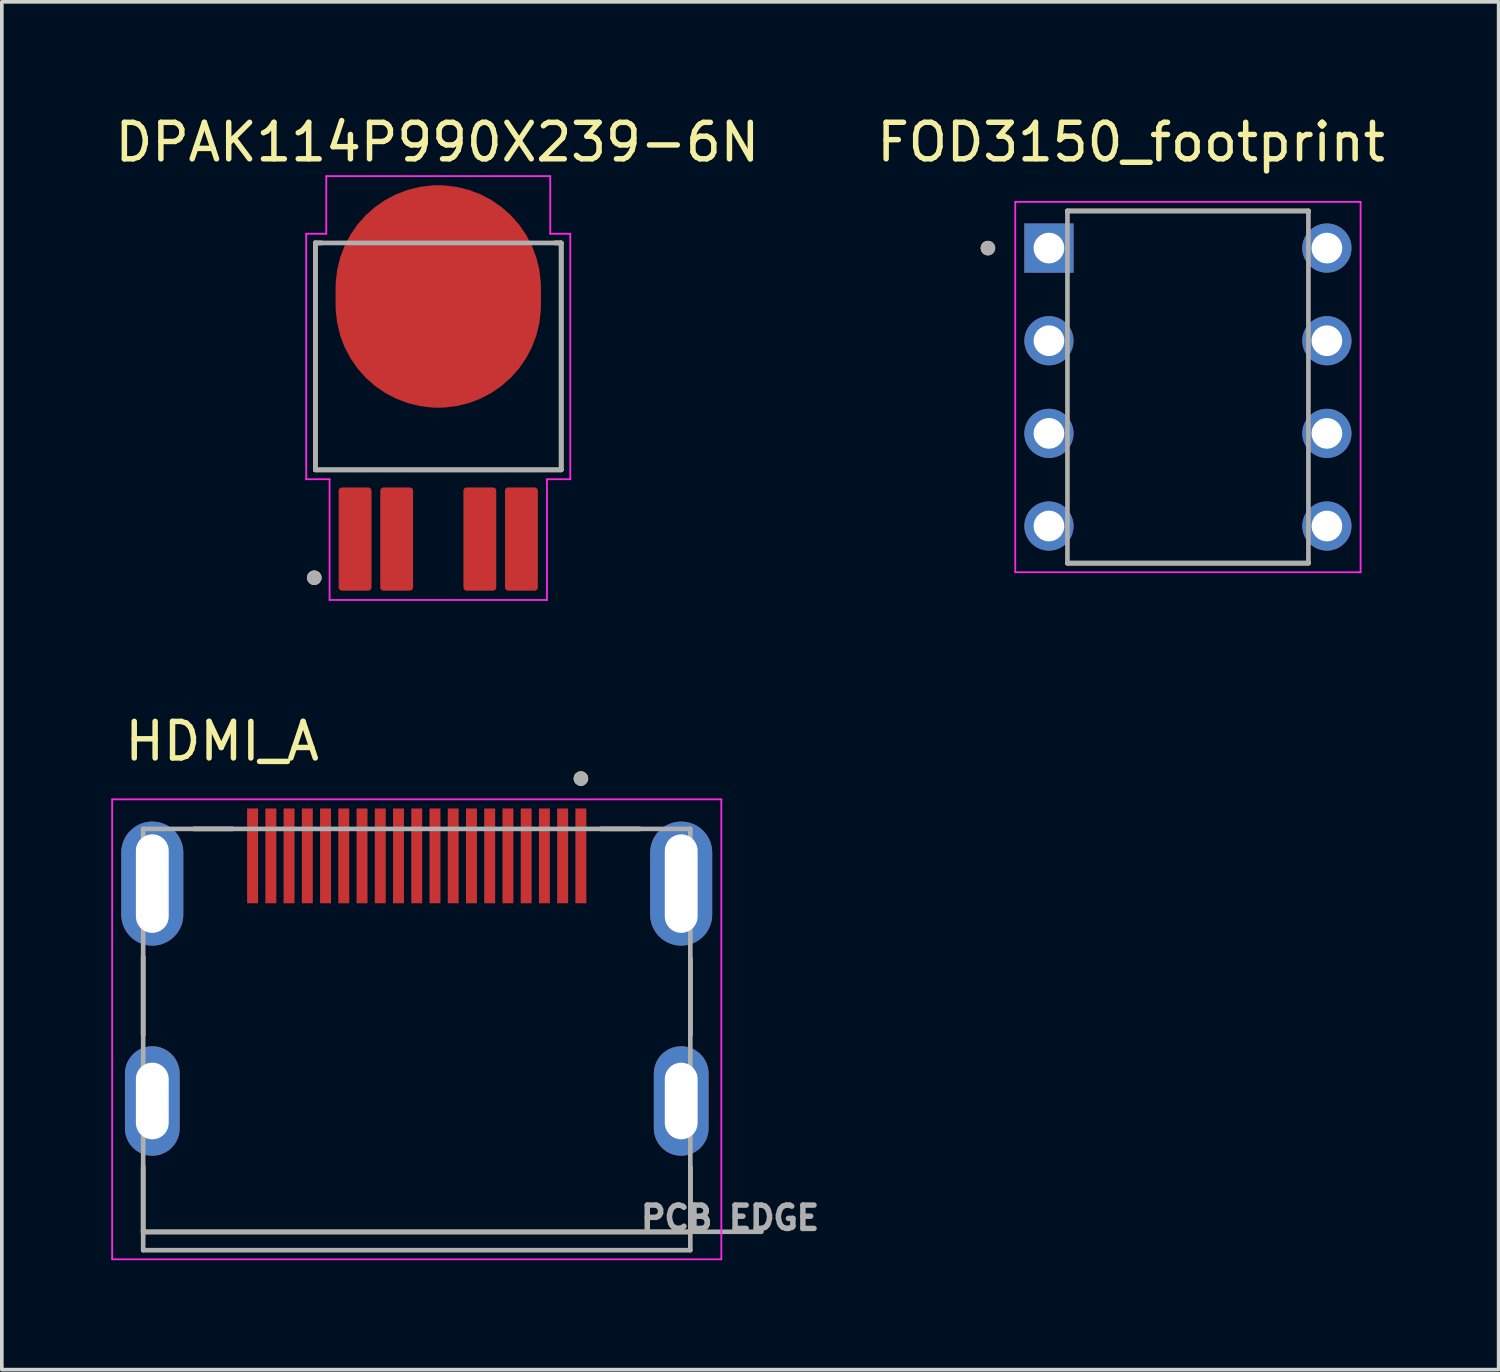
<source format=kicad_pcb>
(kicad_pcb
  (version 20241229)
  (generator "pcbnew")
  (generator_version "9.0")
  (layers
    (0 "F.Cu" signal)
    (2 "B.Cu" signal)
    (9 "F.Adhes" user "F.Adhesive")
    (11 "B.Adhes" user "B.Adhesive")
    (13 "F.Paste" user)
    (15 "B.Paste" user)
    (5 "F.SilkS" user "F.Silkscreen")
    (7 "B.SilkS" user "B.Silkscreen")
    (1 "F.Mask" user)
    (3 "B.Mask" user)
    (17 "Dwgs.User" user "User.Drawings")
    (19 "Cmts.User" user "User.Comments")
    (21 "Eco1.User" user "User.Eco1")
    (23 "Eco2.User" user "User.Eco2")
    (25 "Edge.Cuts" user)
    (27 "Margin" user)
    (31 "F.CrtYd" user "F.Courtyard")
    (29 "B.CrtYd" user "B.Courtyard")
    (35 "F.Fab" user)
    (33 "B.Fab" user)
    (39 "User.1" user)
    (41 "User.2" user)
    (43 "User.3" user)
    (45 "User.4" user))
  (footprint "HDMI_A"
    (layer "F.Cu")
    (at 8.375 21.174)
    (property "Reference" "HDMI_A" (at -5.335 -3.901 0) (layer "F.SilkS") (effects (font (size 1.002 1.002) (thickness 0.15))))
    (attr smd)
    (fp_line (start -7.5 2.01) (end -7.5 4.15) (stroke (width 0.127) (type solid)) (layer "F.SilkS"))
    (fp_line (start -7.5 7.77) (end -7.5 9.55) (stroke (width 0.127) (type solid)) (layer "F.SilkS"))
    (fp_line (start -7.5 9.55) (end 7.5 9.55) (stroke (width 0.127) (type solid)) (layer "F.SilkS"))
    (fp_line (start -6.11 -1.5) (end -5.05 -1.5) (stroke (width 0.127) (type solid)) (layer "F.SilkS"))
    (fp_line (start 6.11 -1.5) (end 5.05 -1.5) (stroke (width 0.127) (type solid)) (layer "F.SilkS"))
    (fp_line (start 7.5 2.06) (end 7.5 4.15) (stroke (width 0.127) (type solid)) (layer "F.SilkS"))
    (fp_line (start 7.5 9.55) (end 7.5 7.77) (stroke (width 0.127) (type solid)) (layer "F.SilkS"))
    (fp_circle (center 4.5 -2.88) (end 4.6 -2.88) (stroke (width 0.2) (type solid)) (fill no) (layer "F.SilkS"))
    (fp_line (start -8.35 -2.31) (end 8.35 -2.31) (stroke (width 0.05) (type solid)) (layer "F.CrtYd"))
    (fp_line (start -8.35 10.3) (end -8.35 -2.31) (stroke (width 0.05) (type solid)) (layer "F.CrtYd"))
    (fp_line (start 8.35 -2.31) (end 8.35 10.3) (stroke (width 0.05) (type solid)) (layer "F.CrtYd"))
    (fp_line (start 8.35 10.3) (end -8.35 10.3) (stroke (width 0.05) (type solid)) (layer "F.CrtYd"))
    (fp_line (start -7.5 -1.5) (end 7.5 -1.5) (stroke (width 0.127) (type solid)) (layer "F.Fab"))
    (fp_line (start -7.5 9.55) (end -7.5 -1.5) (stroke (width 0.127) (type solid)) (layer "F.Fab"))
    (fp_line (start -7.5 9.55) (end 7.5 9.55) (stroke (width 0.127) (type solid)) (layer "F.Fab"))
    (fp_line (start -7.5 10.05) (end -7.5 9.55) (stroke (width 0.127) (type solid)) (layer "F.Fab"))
    (fp_line (start 7.5 -1.5) (end 7.5 9.545) (stroke (width 0.127) (type solid)) (layer "F.Fab"))
    (fp_line (start 7.5 9.545) (end 7.5 9.55) (stroke (width 0.127) (type solid)) (layer "F.Fab"))
    (fp_line (start 7.5 9.545) (end 9.45 9.545) (stroke (width 0.127) (type solid)) (layer "F.Fab"))
    (fp_line (start 7.5 9.55) (end 7.5 10.05) (stroke (width 0.127) (type solid)) (layer "F.Fab"))
    (fp_line (start 7.5 10.05) (end -7.5 10.05) (stroke (width 0.127) (type solid)) (layer "F.Fab"))
    (fp_circle (center 4.5 -2.88) (end 4.6 -2.88) (stroke (width 0.2) (type solid)) (fill no) (layer "F.Fab"))
    (fp_text user "PCB EDGE" (at 8.59 9.165 0) (layer "F.Fab") (effects (font (size 0.64 0.64) (thickness 0.15))))
    (pad "1" smd rect (at 4.5 -0.76 90) (size 2.6 0.3) (layers "F.Cu" "F.Mask" "F.Paste"))
    (pad "2" smd rect (at 4 -0.76 90) (size 2.6 0.3) (layers "F.Cu" "F.Mask" "F.Paste"))
    (pad "3" smd rect (at 3.5 -0.76 90) (size 2.6 0.3) (layers "F.Cu" "F.Mask" "F.Paste"))
    (pad "4" smd rect (at 3 -0.76 90) (size 2.6 0.3) (layers "F.Cu" "F.Mask" "F.Paste"))
    (pad "5" smd rect (at 2.5 -0.76 90) (size 2.6 0.3) (layers "F.Cu" "F.Mask" "F.Paste"))
    (pad "6" smd rect (at 2 -0.76 90) (size 2.6 0.3) (layers "F.Cu" "F.Mask" "F.Paste"))
    (pad "7" smd rect (at 1.5 -0.76 90) (size 2.6 0.3) (layers "F.Cu" "F.Mask" "F.Paste"))
    (pad "8" smd rect (at 1 -0.76 90) (size 2.6 0.3) (layers "F.Cu" "F.Mask" "F.Paste"))
    (pad "9" smd rect (at 0.5 -0.76 90) (size 2.6 0.3) (layers "F.Cu" "F.Mask" "F.Paste"))
    (pad "10" smd rect (at 0 -0.76 90) (size 2.6 0.3) (layers "F.Cu" "F.Mask" "F.Paste"))
    (pad "11" smd rect (at -0.5 -0.76 90) (size 2.6 0.3) (layers "F.Cu" "F.Mask" "F.Paste"))
    (pad "12" smd rect (at -1 -0.76 90) (size 2.6 0.3) (layers "F.Cu" "F.Mask" "F.Paste"))
    (pad "13" smd rect (at -1.5 -0.76 90) (size 2.6 0.3) (layers "F.Cu" "F.Mask" "F.Paste"))
    (pad "14" smd rect (at -2 -0.76 90) (size 2.6 0.3) (layers "F.Cu" "F.Mask" "F.Paste"))
    (pad "15" smd rect (at -2.5 -0.76 90) (size 2.6 0.3) (layers "F.Cu" "F.Mask" "F.Paste"))
    (pad "16" smd rect (at -3 -0.76 90) (size 2.6 0.3) (layers "F.Cu" "F.Mask" "F.Paste"))
    (pad "17" smd rect (at -3.5 -0.76 90) (size 2.6 0.3) (layers "F.Cu" "F.Mask" "F.Paste"))
    (pad "18" smd rect (at -4 -0.76 90) (size 2.6 0.3) (layers "F.Cu" "F.Mask" "F.Paste"))
    (pad "19" smd rect (at -4.5 -0.76 90) (size 2.6 0.3) (layers "F.Cu" "F.Mask" "F.Paste"))
    (pad "S1" thru_hole oval (at -7.25 0) (size 1.7 3.4) (drill oval 0.9 2.7) (layers "*.Cu" "*.Mask"))
    (pad "S2" thru_hole oval (at -7.25 5.96) (size 1.5 3) (drill oval 0.9 2.1) (layers "*.Cu" "*.Mask"))
    (pad "S3" thru_hole oval (at 7.25 0) (size 1.7 3.4) (drill oval 0.9 2.7) (layers "*.Cu" "*.Mask"))
    (pad "S4" thru_hole oval (at 7.25 5.96) (size 1.5 3) (drill oval 0.9 2.1) (layers "*.Cu" "*.Mask")))
  (footprint "FOD3150_footprint"
    (layer "F.Cu")
    (at 29.517 7.561)
    (property "Reference" "FOD3150_footprint" (at -1.559 -6.713 0) (layer "F.SilkS") (effects (font (size 1 1) (thickness 0.15))))
    (attr through_hole)
    (fp_line (start -3.303 -4.827) (end -3.303 -4.804) (stroke (width 0.127) (type solid)) (layer "F.SilkS"))
    (fp_line (start -3.303 -4.827) (end 3.303 -4.827) (stroke (width 0.127) (type solid)) (layer "F.SilkS"))
    (fp_line (start -3.303 4.827) (end -3.303 4.804) (stroke (width 0.127) (type solid)) (layer "F.SilkS"))
    (fp_line (start -3.303 4.827) (end 3.303 4.827) (stroke (width 0.127) (type solid)) (layer "F.SilkS"))
    (fp_line (start 3.303 -4.827) (end 3.303 -4.804) (stroke (width 0.127) (type solid)) (layer "F.SilkS"))
    (fp_line (start 3.303 4.827) (end 3.303 4.804) (stroke (width 0.127) (type solid)) (layer "F.SilkS"))
    (fp_circle (center -5.484 -3.81) (end -5.384 -3.81) (stroke (width 0.2) (type solid)) (fill no) (layer "F.SilkS"))
    (fp_line (start -4.734 -5.077) (end -4.734 5.077) (stroke (width 0.05) (type solid)) (layer "F.CrtYd"))
    (fp_line (start -4.734 5.077) (end 4.734 5.077) (stroke (width 0.05) (type solid)) (layer "F.CrtYd"))
    (fp_line (start 4.734 -5.077) (end -4.734 -5.077) (stroke (width 0.05) (type solid)) (layer "F.CrtYd"))
    (fp_line (start 4.734 5.077) (end 4.734 -5.077) (stroke (width 0.05) (type solid)) (layer "F.CrtYd"))
    (fp_line (start -3.303 -4.827) (end -3.303 4.827) (stroke (width 0.127) (type solid)) (layer "F.Fab"))
    (fp_line (start -3.303 -4.827) (end 3.303 -4.827) (stroke (width 0.127) (type solid)) (layer "F.Fab"))
    (fp_line (start -3.303 4.827) (end 3.303 4.827) (stroke (width 0.127) (type solid)) (layer "F.Fab"))
    (fp_line (start 3.303 -4.827) (end 3.303 4.827) (stroke (width 0.127) (type solid)) (layer "F.Fab"))
    (fp_circle (center -5.484 -3.81) (end -5.384 -3.81) (stroke (width 0.2) (type solid)) (fill no) (layer "F.Fab"))
    (pad "1" thru_hole rect (at -3.81 -3.81) (size 1.348 1.348) (drill 0.84) (layers "*.Cu" "*.Mask"))
    (pad "2" thru_hole circle (at -3.81 -1.27) (size 1.348 1.348) (drill 0.84) (layers "*.Cu" "*.Mask"))
    (pad "3" thru_hole circle (at -3.81 1.27) (size 1.348 1.348) (drill 0.84) (layers "*.Cu" "*.Mask"))
    (pad "4" thru_hole circle (at -3.81 3.81) (size 1.348 1.348) (drill 0.84) (layers "*.Cu" "*.Mask"))
    (pad "5" thru_hole circle (at 3.81 3.81) (size 1.348 1.348) (drill 0.84) (layers "*.Cu" "*.Mask"))
    (pad "6" thru_hole circle (at 3.81 1.27) (size 1.348 1.348) (drill 0.84) (layers "*.Cu" "*.Mask"))
    (pad "7" thru_hole circle (at 3.81 -1.27) (size 1.348 1.348) (drill 0.84) (layers "*.Cu" "*.Mask"))
    (pad "8" thru_hole circle (at 3.81 -3.81) (size 1.348 1.348) (drill 0.84) (layers "*.Cu" "*.Mask")))
  (footprint "DPAK114P990X239-6N"
    (layer "F.Cu")
    (at 8.965 7.588)
    (property "Reference" "DPAK114P990X239-6N" (at -0.025 -6.739 0) (layer "F.SilkS") (effects (font (size 1.001 1.001) (thickness 0.15))))
    (attr smd)
    (fp_line (start -3.37 -3.978) (end -3.37 2.243) (stroke (width 0.127) (type solid)) (layer "F.SilkS"))
    (fp_line (start -3.37 2.243) (end 3.37 2.243) (stroke (width 0.127) (type solid)) (layer "F.SilkS"))
    (fp_line (start -3.2 -3.978) (end -3.37 -3.978) (stroke (width 0.127) (type solid)) (layer "F.SilkS"))
    (fp_line (start 3.37 -3.978) (end 3.2 -3.978) (stroke (width 0.127) (type solid)) (layer "F.SilkS"))
    (fp_line (start 3.37 2.243) (end 3.37 -3.978) (stroke (width 0.127) (type solid)) (layer "F.SilkS"))
    (fp_circle (center -3.4 5.2) (end -3.3 5.2) (stroke (width 0.2) (type solid)) (fill no) (layer "F.SilkS"))
    (fp_poly (pts (xy -1.78 -4.44) (xy 1.78 -4.44) (xy 1.78 -0.58) (xy -1.78 -0.58)) (stroke (width 0.01) (type solid)) (fill yes) (layer "F.Paste"))
    (fp_line (start -3.62 -4.23) (end -3.07 -4.23) (stroke (width 0.05) (type solid)) (layer "F.CrtYd"))
    (fp_line (start -3.62 2.5) (end -3.62 -4.23) (stroke (width 0.05) (type solid)) (layer "F.CrtYd"))
    (fp_line (start -3.07 -5.81) (end 3.07 -5.81) (stroke (width 0.05) (type solid)) (layer "F.CrtYd"))
    (fp_line (start -3.07 -4.23) (end -3.07 -5.81) (stroke (width 0.05) (type solid)) (layer "F.CrtYd"))
    (fp_line (start -2.98 2.5) (end -3.62 2.5) (stroke (width 0.05) (type solid)) (layer "F.CrtYd"))
    (fp_line (start -2.98 2.5) (end -2.98 5.81) (stroke (width 0.05) (type solid)) (layer "F.CrtYd"))
    (fp_line (start -2.98 5.81) (end 2.98 5.81) (stroke (width 0.05) (type solid)) (layer "F.CrtYd"))
    (fp_line (start 2.98 2.5) (end 2.98 5.81) (stroke (width 0.05) (type solid)) (layer "F.CrtYd"))
    (fp_line (start 2.98 2.5) (end 3.62 2.5) (stroke (width 0.05) (type solid)) (layer "F.CrtYd"))
    (fp_line (start 3.07 -4.23) (end 3.07 -5.81) (stroke (width 0.05) (type solid)) (layer "F.CrtYd"))
    (fp_line (start 3.62 -4.23) (end 3.07 -4.23) (stroke (width 0.05) (type solid)) (layer "F.CrtYd"))
    (fp_line (start 3.62 2.5) (end 3.62 -4.23) (stroke (width 0.05) (type solid)) (layer "F.CrtYd"))
    (fp_line (start -3.37 -3.978) (end 3.37 -3.978) (stroke (width 0.127) (type solid)) (layer "F.Fab"))
    (fp_line (start -3.37 2.243) (end -3.37 -3.978) (stroke (width 0.127) (type solid)) (layer "F.Fab"))
    (fp_line (start 3.37 -3.978) (end 3.37 2.243) (stroke (width 0.127) (type solid)) (layer "F.Fab"))
    (fp_line (start 3.37 2.243) (end -3.37 2.243) (stroke (width 0.127) (type solid)) (layer "F.Fab"))
    (fp_circle (center -3.4 5.2) (end -3.3 5.2) (stroke (width 0.2) (type solid)) (fill no) (layer "F.Fab"))
    (pad "1" smd roundrect (at -2.28 4.14 90) (size 2.83 0.9) (layers "F.Cu" "F.Mask" "F.Paste") (roundrect_rratio 0.1))
    (pad "2" smd roundrect (at -1.14 4.14 90) (size 2.83 0.9) (layers "F.Cu" "F.Mask" "F.Paste") (roundrect_rratio 0.1))
    (pad "3" smd roundrect (at 0 -2.51) (size 5.63 6.1) (layers "F.Cu" "F.Mask") (roundrect_rratio 0.5))
    (pad "4" smd roundrect (at 1.14 4.14 90) (size 2.83 0.9) (layers "F.Cu" "F.Mask" "F.Paste") (roundrect_rratio 0.1))
    (pad "5" smd roundrect (at 2.28 4.14 90) (size 2.83 0.9) (layers "F.Cu" "F.Mask" "F.Paste") (roundrect_rratio 0.1)))
  (gr_rect
    (start -3 -3)
    (end 38.035 34.499)
    (stroke (width 0.1) (type default))
    (fill no)
    (layer "Edge.Cuts")))
</source>
